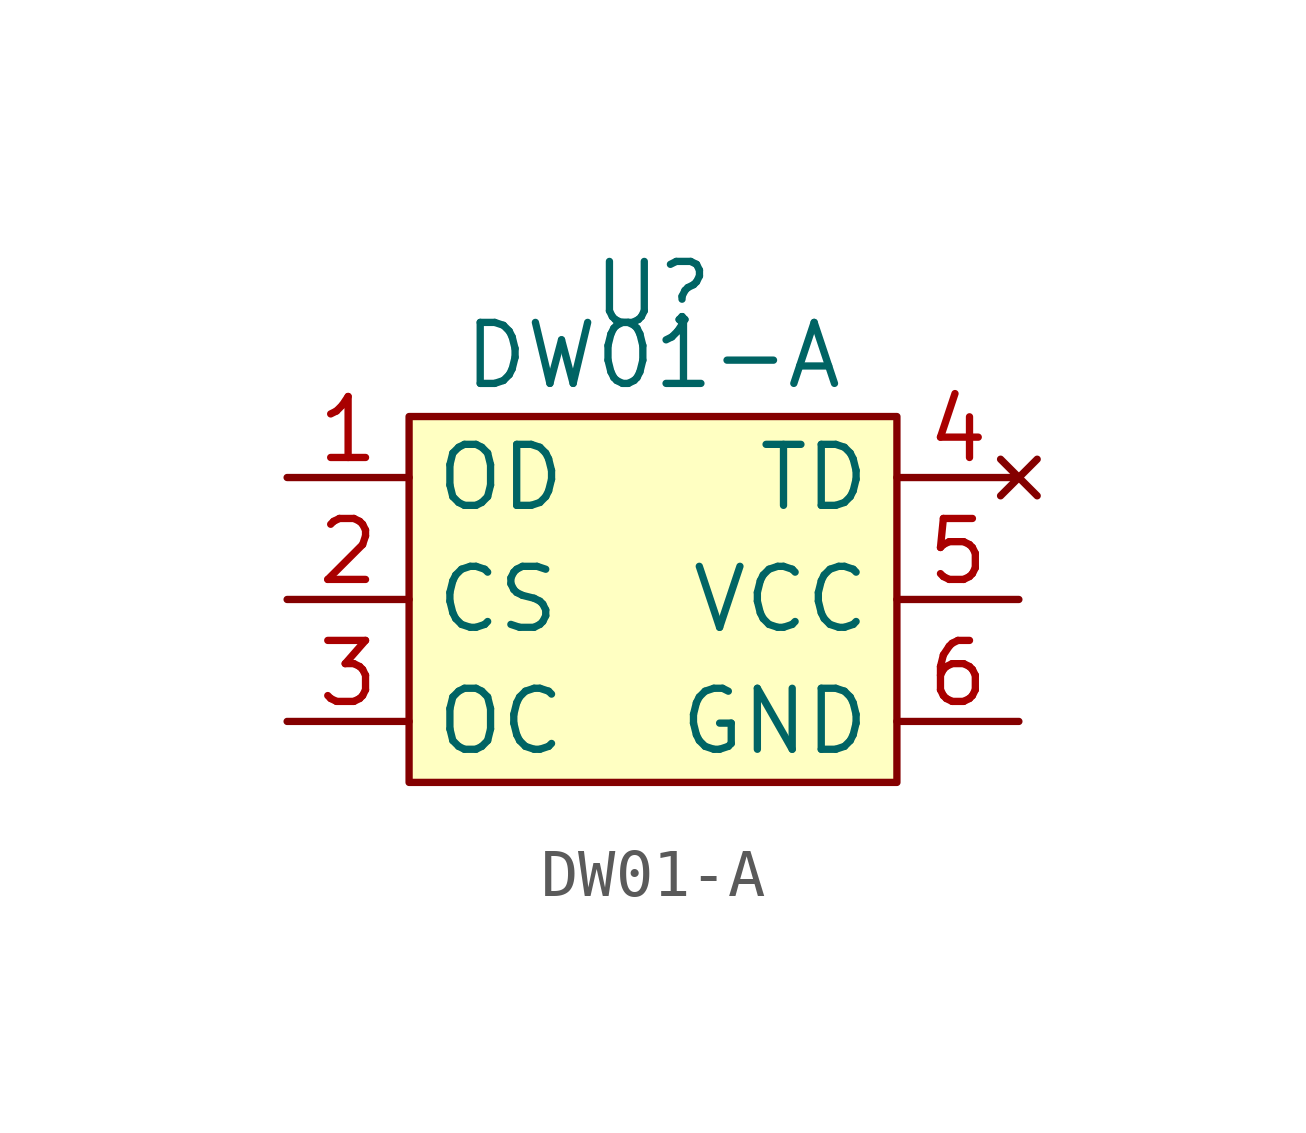
<source format=kicad_sym>
(kicad_symbol_lib
  (version 20211014)
  (generator kicad_symbol_editor)
  (symbol "DW01-A"
    (property "Reference" "U"
      (at 0 0 0)
      (effects (font (size 1.27 1.27))))
    (property "Value" "DW01-A"
      (at 0 -1.27 0)
      (effects (font (size 1.27 1.27))))
    (symbol "DW01-A_0_1"
      (rectangle (start -5.08 -2.54) (end 5.08 -10.16) (stroke (width 0) (type default) (color 0 0 0 0)) (fill (type background))))
    (symbol "DW01-A_1_1"
      (pin input line (at -7.62 -3.81 0) (length 2.54) (name "OD" (effects (font (size 1.27 1.27)))) (number "1" (effects (font (size 1.27 1.27)))))
      (pin input line (at -7.62 -6.35 0) (length 2.54) (name "CS" (effects (font (size 1.27 1.27)))) (number "2" (effects (font (size 1.27 1.27)))))
      (pin input line (at -7.62 -8.89 0) (length 2.54) (name "OC" (effects (font (size 1.27 1.27)))) (number "3" (effects (font (size 1.27 1.27)))))
      (pin no_connect line (at 7.62 -3.81 180) (length 2.54) (name "TD" (effects (font (size 1.27 1.27)))) (number "4" (effects (font (size 1.27 1.27)))))
      (pin input line (at 7.62 -6.35 180) (length 2.54) (name "VCC" (effects (font (size 1.27 1.27)))) (number "5" (effects (font (size 1.27 1.27)))))
      (pin power_in line (at 7.62 -8.89 180) (length 2.54) (name "GND" (effects (font (size 1.27 1.27)))) (number "6" (effects (font (size 1.27 1.27))))))))
</source>
